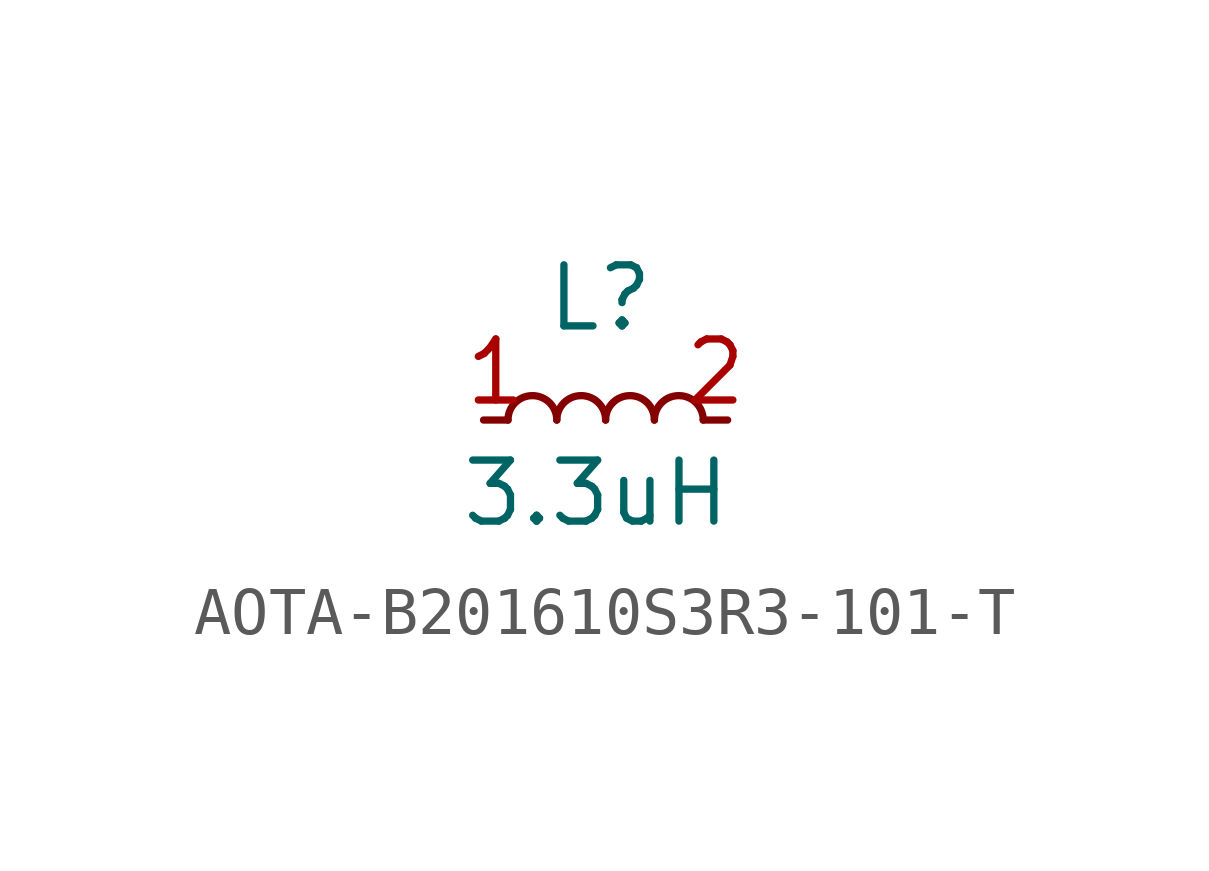
<source format=kicad_sym>
(kicad_symbol_lib
  (version 20241209)
  (generator "kicad_symbol_editor")
  (generator_version "9.0")
  (symbol "AOTA-B201610S3R3-101-T"
    (pin_names
      (offset 0.254)
      (hide yes))
    (property "Reference" "L"
      (at -1.27 2.54 0)
      (effects (font (size 1.27 1.27)) (justify left)))
    (property "Value" "3.3uH"
      (at -3.048 -1.524 0)
      (effects (font (size 1.27 1.27)) (justify left)))
    (symbol "AOTA-B201610S3R3-101-T_0_1"
      (arc (start -2.032 0) (mid -1.524 0.5058) (end -1.016 0) (stroke (width 0) (type default)) (fill (type none)))
      (arc (start -1.016 0) (mid -0.508 0.5058) (end 0 0) (stroke (width 0) (type default)) (fill (type none)))
      (arc (start 0 0) (mid 0.508 0.5058) (end 1.016 0) (stroke (width 0) (type default)) (fill (type none)))
      (arc (start 1.016 0) (mid 1.524 0.5058) (end 2.032 0) (stroke (width 0) (type default)) (fill (type none))))
    (symbol "AOTA-B201610S3R3-101-T_1_0"
      (text "\n" (at 0 3.81 0) (effects (font (size 1.27 1.27)))))
    (symbol "AOTA-B201610S3R3-101-T_1_1"
      (pin passive line (at -2.54 0 0) (length 0.508) (name "1" (effects (font (size 1.27 1.27)))) (number "1" (effects (font (size 1.27 1.27)))))
      (pin passive line (at 2.54 0 180) (length 0.508) (name "2" (effects (font (size 1.27 1.27)))) (number "2" (effects (font (size 1.27 1.27))))))))
</source>
